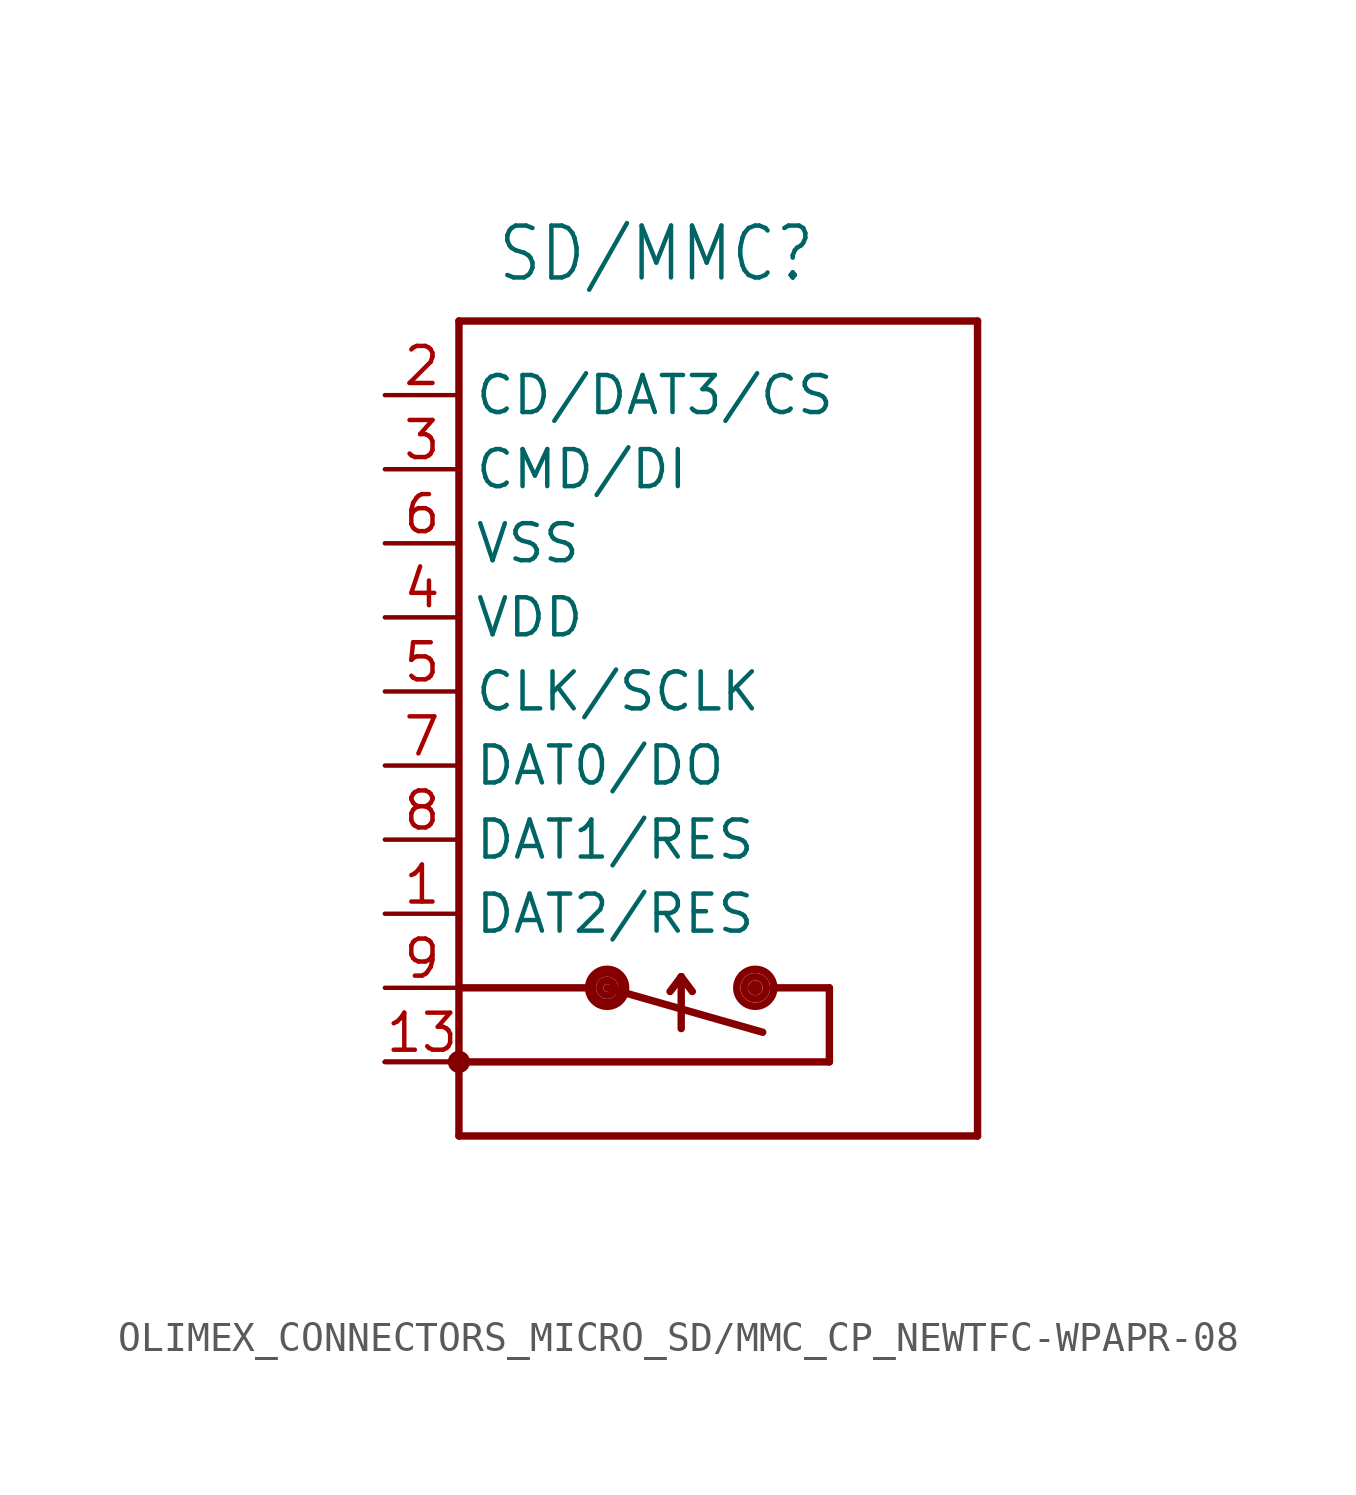
<source format=kicad_sym>
(kicad_symbol_lib
  (version 20231120)
  (generator "kicad_symbol_editor")
  (generator_version "8.0")
  (symbol "OLIMEX_CONNECTORS_MICRO_SD/MMC_CP_NEWTFC-WPAPR-08"
    (property "Reference" "SD/MMC"
      (at -8.89 13.97 0)
      (effects (font (size 1.778 1.511)) (justify left bottom)))
    (property "Value" ""
      (at -8.89 -17.78 0)
      (effects (font (size 1.778 1.511)) (justify left bottom)))
    (property "ki_locked" ""
      (at 0 0 0)
      (effects (font (size 1.27 1.27))))
    (symbol "OLIMEX_CONNECTORS_MICRO_SD/MMC_CP_NEWTFC-WPAPR-08_1_0"
      (circle (center -10.16 -12.7) (radius 0.254) (stroke (width 0.254) (type solid)) (fill (type none)))
      (circle (center -5.08 -10.16) (radius 0.254) (stroke (width 0.254) (type solid)) (fill (type none)))
      (circle (center -5.08 -10.16) (radius 0.508) (stroke (width 0.254) (type solid)) (fill (type none)))
      (circle (center -5.08 -10.16) (radius 0.635) (stroke (width 0.254) (type solid)) (fill (type none)))
      (circle (center 0 -10.16) (radius 0.127) (stroke (width 0.254) (type solid)) (fill (type none)))
      (circle (center 0 -10.16) (radius 0.381) (stroke (width 0.254) (type solid)) (fill (type none)))
      (circle (center 0 -10.16) (radius 0.635) (stroke (width 0.254) (type solid)) (fill (type none)))
      (polyline (pts (xy -10.16 -15.24) (xy 7.62 -15.24)) (stroke (width 0.254) (type solid)) (fill (type none)))
      (polyline (pts (xy -10.16 -12.7) (xy -10.16 -15.24)) (stroke (width 0.254) (type solid)) (fill (type none)))
      (polyline (pts (xy -10.16 -10.16) (xy -10.16 -12.7)) (stroke (width 0.254) (type solid)) (fill (type none)))
      (polyline (pts (xy -10.16 -10.16) (xy -5.715 -10.16)) (stroke (width 0.254) (type solid)) (fill (type none)))
      (polyline (pts (xy -10.16 12.7) (xy -10.16 -10.16)) (stroke (width 0.254) (type solid)) (fill (type none)))
      (polyline (pts (xy -5.08 -10.16) (xy 0.254 -11.684)) (stroke (width 0.254) (type solid)) (fill (type none)))
      (polyline (pts (xy -2.54 -11.557) (xy -2.54 -9.779)) (stroke (width 0.254) (type solid)) (fill (type none)))
      (polyline (pts (xy -2.54 -9.779) (xy -2.921 -10.287)) (stroke (width 0.254) (type solid)) (fill (type none)))
      (polyline (pts (xy -2.54 -9.779) (xy -2.159 -10.287)) (stroke (width 0.254) (type solid)) (fill (type none)))
      (polyline (pts (xy 0.635 -10.16) (xy 2.54 -10.16)) (stroke (width 0.254) (type solid)) (fill (type none)))
      (polyline (pts (xy 2.54 -12.7) (xy -10.16 -12.7)) (stroke (width 0.254) (type solid)) (fill (type none)))
      (polyline (pts (xy 2.54 -10.16) (xy 2.54 -12.7)) (stroke (width 0.254) (type solid)) (fill (type none)))
      (polyline (pts (xy 7.62 -15.24) (xy 7.62 12.7)) (stroke (width 0.254) (type solid)) (fill (type none)))
      (polyline (pts (xy 7.62 12.7) (xy -10.16 12.7)) (stroke (width 0.254) (type solid)) (fill (type none)))
      (pin bidirectional line (at -12.7 -7.62 0) (length 2.54) (name "DAT2/RES" (effects (font (size 1.27 1.27)))) (number "1" (effects (font (size 1.27 1.27)))))
      (pin input line (at -12.7 -12.7 0) (length 2.54) (name "PACK1" (effects (font (size 0 0)))) (number "10" (effects (font (size 0 0)))))
      (pin input line (at -12.7 -12.7 0) (length 2.54) (name "PACK2" (effects (font (size 0 0)))) (number "11" (effects (font (size 0 0)))))
      (pin input line (at -12.7 -12.7 0) (length 2.54) (name "PACK3" (effects (font (size 0 0)))) (number "12" (effects (font (size 0 0)))))
      (pin input line (at -12.7 -12.7 0) (length 2.54) (name "PACK4" (effects (font (size 0 0)))) (number "13" (effects (font (size 1.27 1.27)))))
      (pin input line (at -12.7 10.16 0) (length 2.54) (name "CD/DAT3/CS" (effects (font (size 1.27 1.27)))) (number "2" (effects (font (size 1.27 1.27)))))
      (pin input line (at -12.7 7.62 0) (length 2.54) (name "CMD/DI" (effects (font (size 1.27 1.27)))) (number "3" (effects (font (size 1.27 1.27)))))
      (pin power_in line (at -12.7 2.54 0) (length 2.54) (name "VDD" (effects (font (size 1.27 1.27)))) (number "4" (effects (font (size 1.27 1.27)))))
      (pin input line (at -12.7 0 0) (length 2.54) (name "CLK/SCLK" (effects (font (size 1.27 1.27)))) (number "5" (effects (font (size 1.27 1.27)))))
      (pin power_in line (at -12.7 5.08 0) (length 2.54) (name "VSS" (effects (font (size 1.27 1.27)))) (number "6" (effects (font (size 1.27 1.27)))))
      (pin output line (at -12.7 -2.54 0) (length 2.54) (name "DAT0/DO" (effects (font (size 1.27 1.27)))) (number "7" (effects (font (size 1.27 1.27)))))
      (pin bidirectional line (at -12.7 -5.08 0) (length 2.54) (name "DAT1/RES" (effects (font (size 1.27 1.27)))) (number "8" (effects (font (size 1.27 1.27)))))
      (pin input line (at -12.7 -10.16 0) (length 2.54) (name "CP_E" (effects (font (size 0 0)))) (number "9" (effects (font (size 1.27 1.27))))))))
</source>
